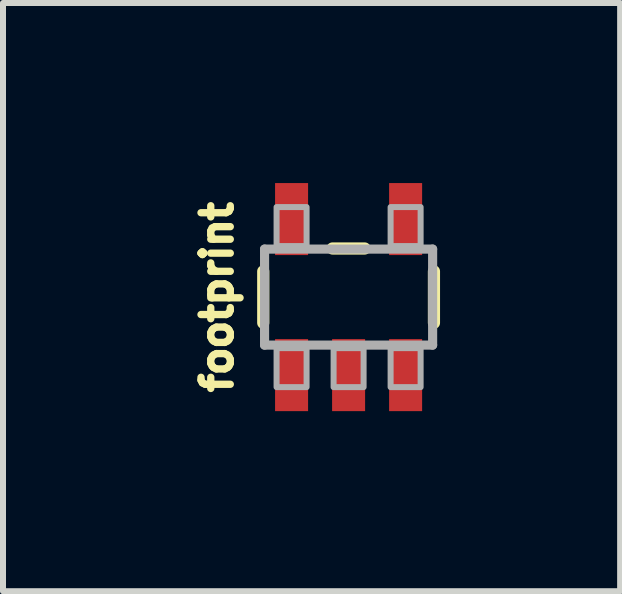
<source format=kicad_pcb>
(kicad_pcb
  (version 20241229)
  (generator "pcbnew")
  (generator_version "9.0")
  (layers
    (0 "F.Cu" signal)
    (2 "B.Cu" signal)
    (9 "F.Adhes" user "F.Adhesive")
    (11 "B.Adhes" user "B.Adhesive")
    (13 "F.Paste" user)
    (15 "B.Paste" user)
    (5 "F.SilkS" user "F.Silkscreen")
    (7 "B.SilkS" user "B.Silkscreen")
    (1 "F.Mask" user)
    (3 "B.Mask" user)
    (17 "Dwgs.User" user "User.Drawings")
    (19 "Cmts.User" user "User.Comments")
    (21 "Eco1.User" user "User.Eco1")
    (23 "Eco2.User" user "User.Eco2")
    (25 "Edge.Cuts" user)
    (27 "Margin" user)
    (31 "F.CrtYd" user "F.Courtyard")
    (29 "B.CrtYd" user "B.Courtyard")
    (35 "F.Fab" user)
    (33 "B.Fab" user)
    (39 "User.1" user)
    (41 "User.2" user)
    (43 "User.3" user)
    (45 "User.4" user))
  (footprint "footprint"
    (layer "F.Cu")
    (at 2.758 1.9)
    (property "Reference" "footprint" (at -1.905 0 90) (layer "F.SilkS") (effects (font (size 0.488 0.488) (thickness 0.122)) (justify bottom)))
    (fp_line (start -1.422 0.429) (end -1.422 -0.429) (stroke (width 0.203) (type solid)) (layer "F.SilkS"))
    (fp_line (start -0.268 -0.81) (end 0.268 -0.81) (stroke (width 0.203) (type solid)) (layer "F.SilkS"))
    (fp_line (start 1.422 -0.429) (end 1.422 0.429) (stroke (width 0.203) (type solid)) (layer "F.SilkS"))
    (fp_line (start -1.4 -0.8) (end -1.4 0.8) (stroke (width 0.152) (type solid)) (layer "F.Fab"))
    (fp_line (start -1.4 -0.8) (end 1.4 -0.8) (stroke (width 0.152) (type solid)) (layer "F.Fab"))
    (fp_line (start 1.4 -0.8) (end 1.4 0.8) (stroke (width 0.152) (type solid)) (layer "F.Fab"))
    (fp_line (start 1.4 0.8) (end -1.4 0.8) (stroke (width 0.152) (type solid)) (layer "F.Fab"))
    (fp_poly (pts (xy -1.2 -0.85) (xy -0.7 -0.85) (xy -0.7 -1.5) (xy -1.2 -1.5)) (stroke (width 0.1) (type solid)) (fill no) (layer "F.Fab"))
    (fp_poly (pts (xy -1.2 1.5) (xy -0.7 1.5) (xy -0.7 0.85) (xy -1.2 0.85)) (stroke (width 0.1) (type solid)) (fill no) (layer "F.Fab"))
    (fp_poly (pts (xy -0.25 1.5) (xy 0.25 1.5) (xy 0.25 0.85) (xy -0.25 0.85)) (stroke (width 0.1) (type solid)) (fill no) (layer "F.Fab"))
    (fp_poly (pts (xy 0.7 -0.85) (xy 1.2 -0.85) (xy 1.2 -1.5) (xy 0.7 -1.5)) (stroke (width 0.1) (type solid)) (fill no) (layer "F.Fab"))
    (fp_poly (pts (xy 0.7 1.5) (xy 1.2 1.5) (xy 1.2 0.85) (xy 0.7 0.85)) (stroke (width 0.1) (type solid)) (fill no) (layer "F.Fab"))
    (pad "1" smd rect (at -0.95 1.3) (size 0.55 1.2) (layers "F.Cu" "F.Mask" "F.Paste"))
    (pad "2" smd rect (at 0 1.3) (size 0.55 1.2) (layers "F.Cu" "F.Mask" "F.Paste"))
    (pad "3" smd rect (at 0.95 1.3) (size 0.55 1.2) (layers "F.Cu" "F.Mask" "F.Paste"))
    (pad "4" smd rect (at 0.95 -1.3) (size 0.55 1.2) (layers "F.Cu" "F.Mask" "F.Paste"))
    (pad "5" smd rect (at -0.95 -1.3) (size 0.55 1.2) (layers "F.Cu" "F.Mask" "F.Paste")))
  (gr_rect
    (start -3 -3)
    (end 7.282 6.8)
    (stroke (width 0.1) (type default))
    (fill no)
    (layer "Edge.Cuts")))
</source>
